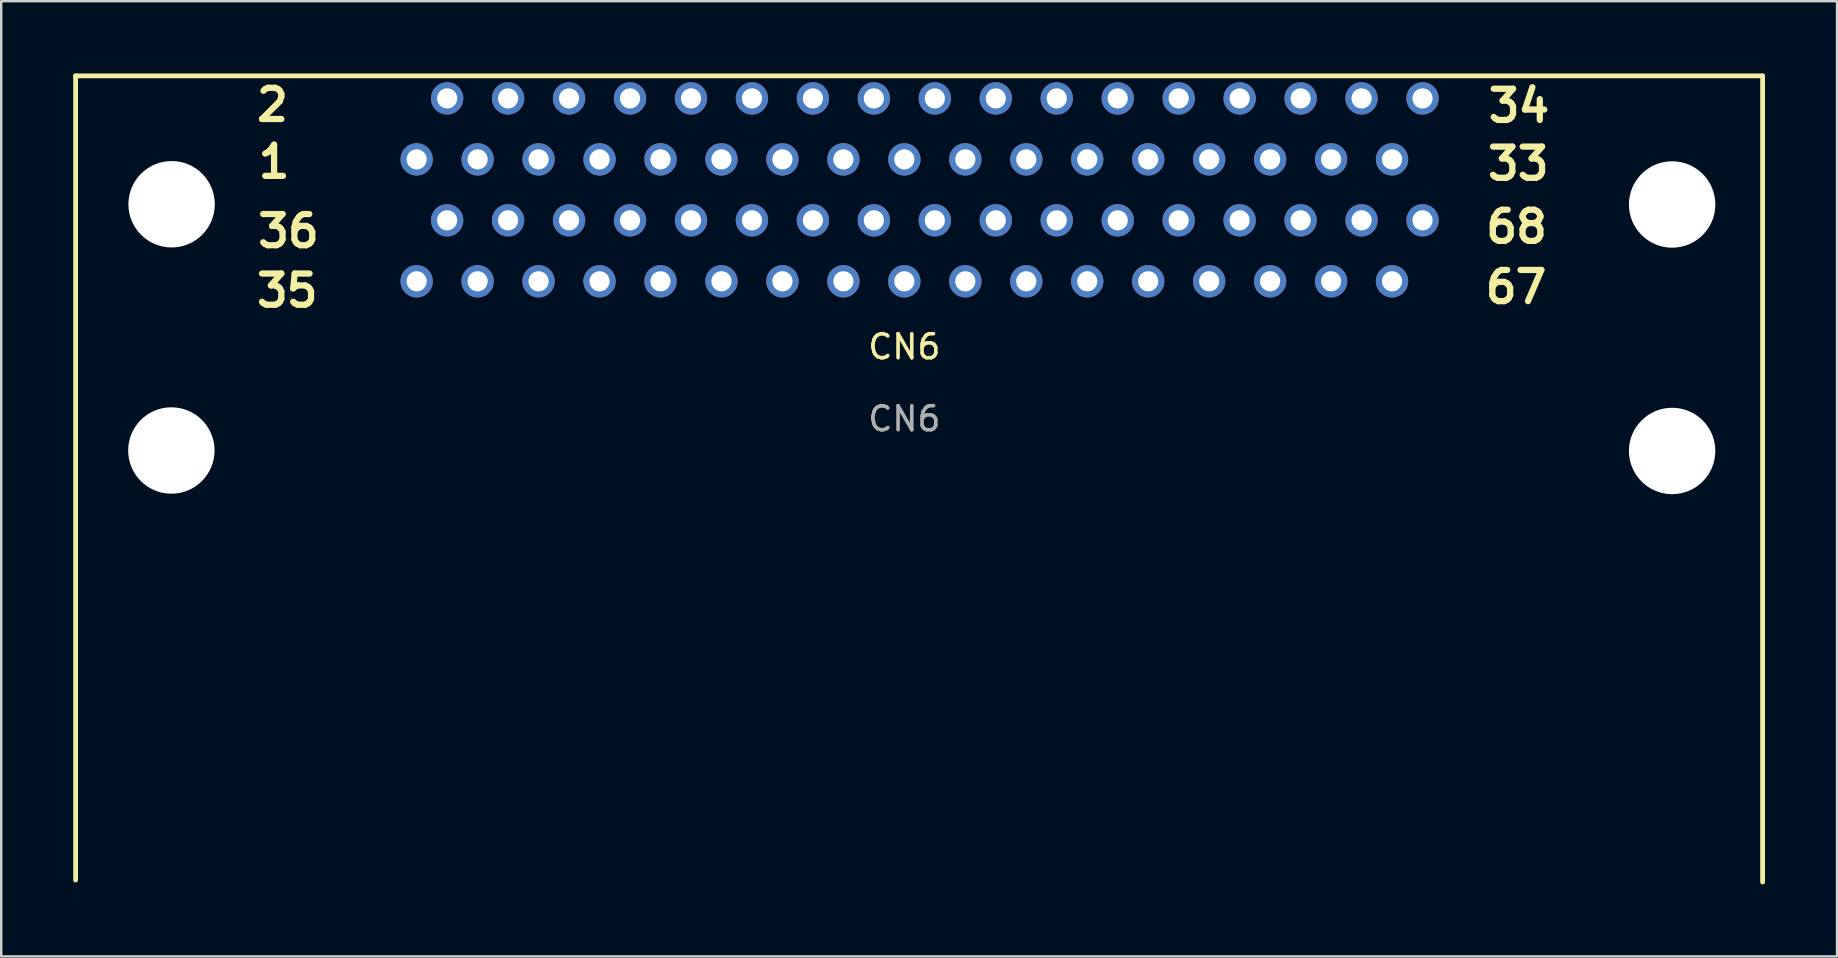
<source format=kicad_pcb>
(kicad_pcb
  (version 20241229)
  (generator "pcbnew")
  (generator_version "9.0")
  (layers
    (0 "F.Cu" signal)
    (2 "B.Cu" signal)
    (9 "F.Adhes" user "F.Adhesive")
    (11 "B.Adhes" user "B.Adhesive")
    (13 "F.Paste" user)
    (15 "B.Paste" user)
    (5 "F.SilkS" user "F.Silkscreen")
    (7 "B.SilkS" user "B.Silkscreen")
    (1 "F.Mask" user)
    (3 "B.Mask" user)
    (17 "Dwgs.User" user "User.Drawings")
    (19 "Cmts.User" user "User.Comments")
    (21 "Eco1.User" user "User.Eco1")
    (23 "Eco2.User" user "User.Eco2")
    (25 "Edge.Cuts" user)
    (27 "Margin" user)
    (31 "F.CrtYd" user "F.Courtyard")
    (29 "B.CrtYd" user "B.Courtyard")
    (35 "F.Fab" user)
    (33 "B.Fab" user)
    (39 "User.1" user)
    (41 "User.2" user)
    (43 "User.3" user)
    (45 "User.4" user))
  (footprint "CN6"
    (layer "F.Cu")
    (at 34.63 11.9)
    (property "Reference" "CN6" (at 0 -0.5 0) (unlocked yes) (layer "F.SilkS") (effects (font (size 1 1) (thickness 0.15))))
    (attr through_hole)
    (fp_line (start -34.53 -11.79) (end 35.76 -11.79) (stroke (width 0.2) (type solid)) (layer "F.SilkS"))
    (fp_line (start -34.53 21.72) (end -34.53 -11.79) (stroke (width 0.2) (type solid)) (layer "F.SilkS"))
    (fp_line (start 35.76 -11.79) (end 35.76 21.8) (stroke (width 0.2) (type solid)) (layer "F.SilkS"))
    (fp_text user "36" (at -27.07 -4.56 0) (unlocked yes) (layer "F.SilkS") (effects (font (size 1.3 1.3) (thickness 0.26) (bold yes)) (justify left bottom)))
    (fp_text user "34" (at 24.2 -9.78 0) (unlocked yes) (layer "F.SilkS") (effects (font (size 1.3 1.3) (thickness 0.26) (bold yes)) (justify left bottom)))
    (fp_text user "67" (at 24.08 -2.23 0) (unlocked yes) (layer "F.SilkS") (effects (font (size 1.3 1.3) (thickness 0.26) (bold yes)) (justify left bottom)))
    (fp_text user "1" (at -27.05 -7.45 0) (unlocked yes) (layer "F.SilkS") (effects (font (size 1.3 1.3) (thickness 0.26) (bold yes)) (justify left bottom)))
    (fp_text user "33" (at 24.17 -7.37 0) (unlocked yes) (layer "F.SilkS") (effects (font (size 1.3 1.3) (thickness 0.26) (bold yes)) (justify left bottom)))
    (fp_text user "2" (at -27.12 -9.82 0) (unlocked yes) (layer "F.SilkS") (effects (font (size 1.3 1.3) (thickness 0.26) (bold yes)) (justify left bottom)))
    (fp_text user "35" (at -27.12 -2.08 0) (unlocked yes) (layer "F.SilkS") (effects (font (size 1.3 1.3) (thickness 0.26) (bold yes)) (justify left bottom)))
    (fp_text user "68" (at 24.1 -4.74 0) (unlocked yes) (layer "F.SilkS") (effects (font (size 1.3 1.3) (thickness 0.26) (bold yes)) (justify left bottom)))
    (fp_text user "${REFERENCE}" (at 0 2.5 0) (unlocked yes) (layer "F.Fab") (effects (font (size 1 1) (thickness 0.15))))
    (pad "" np_thru_hole circle (at -30.54 3.82) (size 3.6 3.6) (drill 3.6) (layers "*.Cu" "*.Mask"))
    (pad "" np_thru_hole circle (at -30.53 -6.44) (size 3.6 3.6) (drill 3.6) (layers "*.Cu" "*.Mask"))
    (pad "" np_thru_hole circle (at 31.99 -6.43) (size 3.6 3.6) (drill 3.6) (layers "*.Cu" "*.Mask"))
    (pad "" np_thru_hole circle (at 31.99 3.84) (size 3.6 3.6) (drill 3.6) (layers "*.Cu" "*.Mask"))
    (pad "1" thru_hole circle (at -20.32 -8.31) (size 1.348 1.348) (drill 0.84) (layers "*.Cu" "*.Mask"))
    (pad "2" thru_hole circle (at -19.05 -10.85) (size 1.348 1.348) (drill 0.84) (layers "*.Cu" "*.Mask"))
    (pad "3" thru_hole circle (at -17.78 -8.31) (size 1.348 1.348) (drill 0.84) (layers "*.Cu" "*.Mask"))
    (pad "4" thru_hole circle (at -16.51 -10.85) (size 1.348 1.348) (drill 0.84) (layers "*.Cu" "*.Mask"))
    (pad "5" thru_hole circle (at -15.24 -8.31) (size 1.348 1.348) (drill 0.84) (layers "*.Cu" "*.Mask"))
    (pad "6" thru_hole circle (at -13.97 -10.85) (size 1.348 1.348) (drill 0.84) (layers "*.Cu" "*.Mask"))
    (pad "7" thru_hole circle (at -12.7 -8.31) (size 1.348 1.348) (drill 0.84) (layers "*.Cu" "*.Mask"))
    (pad "8" thru_hole circle (at -11.43 -10.85) (size 1.348 1.348) (drill 0.84) (layers "*.Cu" "*.Mask"))
    (pad "9" thru_hole circle (at -10.16 -8.31) (size 1.348 1.348) (drill 0.84) (layers "*.Cu" "*.Mask"))
    (pad "10" thru_hole circle (at -8.89 -10.85) (size 1.348 1.348) (drill 0.84) (layers "*.Cu" "*.Mask"))
    (pad "11" thru_hole circle (at -7.62 -8.31) (size 1.348 1.348) (drill 0.84) (layers "*.Cu" "*.Mask"))
    (pad "12" thru_hole circle (at -6.35 -10.85) (size 1.348 1.348) (drill 0.84) (layers "*.Cu" "*.Mask"))
    (pad "13" thru_hole circle (at -5.08 -8.31) (size 1.348 1.348) (drill 0.84) (layers "*.Cu" "*.Mask"))
    (pad "14" thru_hole circle (at -3.81 -10.85) (size 1.348 1.348) (drill 0.84) (layers "*.Cu" "*.Mask"))
    (pad "15" thru_hole circle (at -2.54 -8.31) (size 1.348 1.348) (drill 0.84) (layers "*.Cu" "*.Mask"))
    (pad "16" thru_hole circle (at -1.27 -10.85) (size 1.348 1.348) (drill 0.84) (layers "*.Cu" "*.Mask"))
    (pad "17" thru_hole circle (at 0 -8.31) (size 1.348 1.348) (drill 0.84) (layers "*.Cu" "*.Mask"))
    (pad "18" thru_hole circle (at 1.27 -10.85) (size 1.348 1.348) (drill 0.84) (layers "*.Cu" "*.Mask"))
    (pad "19" thru_hole circle (at 2.54 -8.31) (size 1.348 1.348) (drill 0.84) (layers "*.Cu" "*.Mask"))
    (pad "20" thru_hole circle (at 3.81 -10.85) (size 1.348 1.348) (drill 0.84) (layers "*.Cu" "*.Mask"))
    (pad "21" thru_hole circle (at 5.08 -8.31) (size 1.348 1.348) (drill 0.84) (layers "*.Cu" "*.Mask"))
    (pad "22" thru_hole circle (at 6.35 -10.85) (size 1.348 1.348) (drill 0.84) (layers "*.Cu" "*.Mask"))
    (pad "23" thru_hole circle (at 7.62 -8.31) (size 1.348 1.348) (drill 0.84) (layers "*.Cu" "*.Mask"))
    (pad "24" thru_hole circle (at 8.89 -10.85) (size 1.348 1.348) (drill 0.84) (layers "*.Cu" "*.Mask"))
    (pad "25" thru_hole circle (at 10.16 -8.31) (size 1.348 1.348) (drill 0.84) (layers "*.Cu" "*.Mask"))
    (pad "26" thru_hole circle (at 11.43 -10.85) (size 1.348 1.348) (drill 0.84) (layers "*.Cu" "*.Mask"))
    (pad "27" thru_hole circle (at 12.7 -8.31) (size 1.348 1.348) (drill 0.84) (layers "*.Cu" "*.Mask"))
    (pad "28" thru_hole circle (at 13.97 -10.85) (size 1.348 1.348) (drill 0.84) (layers "*.Cu" "*.Mask"))
    (pad "29" thru_hole circle (at 15.24 -8.31) (size 1.348 1.348) (drill 0.84) (layers "*.Cu" "*.Mask"))
    (pad "30" thru_hole circle (at 16.51 -10.85) (size 1.348 1.348) (drill 0.84) (layers "*.Cu" "*.Mask"))
    (pad "31" thru_hole circle (at 17.78 -8.31) (size 1.348 1.348) (drill 0.84) (layers "*.Cu" "*.Mask"))
    (pad "32" thru_hole circle (at 19.05 -10.85) (size 1.348 1.348) (drill 0.84) (layers "*.Cu" "*.Mask"))
    (pad "33" thru_hole circle (at 20.32 -8.31) (size 1.348 1.348) (drill 0.84) (layers "*.Cu" "*.Mask"))
    (pad "34" thru_hole circle (at 21.59 -10.85) (size 1.348 1.348) (drill 0.84) (layers "*.Cu" "*.Mask"))
    (pad "35" thru_hole circle (at -20.32 -3.23) (size 1.348 1.348) (drill 0.84) (layers "*.Cu" "*.Mask"))
    (pad "36" thru_hole circle (at -19.05 -5.77) (size 1.348 1.348) (drill 0.84) (layers "*.Cu" "*.Mask"))
    (pad "37" thru_hole circle (at -17.78 -3.23) (size 1.348 1.348) (drill 0.84) (layers "*.Cu" "*.Mask"))
    (pad "38" thru_hole circle (at -16.51 -5.77) (size 1.348 1.348) (drill 0.84) (layers "*.Cu" "*.Mask"))
    (pad "39" thru_hole circle (at -15.24 -3.23) (size 1.348 1.348) (drill 0.84) (layers "*.Cu" "*.Mask"))
    (pad "40" thru_hole circle (at -13.97 -5.77) (size 1.348 1.348) (drill 0.84) (layers "*.Cu" "*.Mask"))
    (pad "41" thru_hole circle (at -12.7 -3.23) (size 1.348 1.348) (drill 0.84) (layers "*.Cu" "*.Mask"))
    (pad "42" thru_hole circle (at -11.43 -5.77) (size 1.348 1.348) (drill 0.84) (layers "*.Cu" "*.Mask"))
    (pad "43" thru_hole circle (at -10.16 -3.23) (size 1.348 1.348) (drill 0.84) (layers "*.Cu" "*.Mask"))
    (pad "44" thru_hole circle (at -8.89 -5.77) (size 1.348 1.348) (drill 0.84) (layers "*.Cu" "*.Mask"))
    (pad "45" thru_hole circle (at -7.62 -3.23) (size 1.348 1.348) (drill 0.84) (layers "*.Cu" "*.Mask"))
    (pad "46" thru_hole circle (at -6.35 -5.77) (size 1.348 1.348) (drill 0.84) (layers "*.Cu" "*.Mask"))
    (pad "47" thru_hole circle (at -5.08 -3.23) (size 1.348 1.348) (drill 0.84) (layers "*.Cu" "*.Mask"))
    (pad "48" thru_hole circle (at -3.81 -5.77) (size 1.348 1.348) (drill 0.84) (layers "*.Cu" "*.Mask"))
    (pad "49" thru_hole circle (at -2.54 -3.23) (size 1.348 1.348) (drill 0.84) (layers "*.Cu" "*.Mask"))
    (pad "50" thru_hole circle (at -1.27 -5.77) (size 1.348 1.348) (drill 0.84) (layers "*.Cu" "*.Mask"))
    (pad "51" thru_hole circle (at 0 -3.23) (size 1.348 1.348) (drill 0.84) (layers "*.Cu" "*.Mask"))
    (pad "52" thru_hole circle (at 1.27 -5.77) (size 1.348 1.348) (drill 0.84) (layers "*.Cu" "*.Mask"))
    (pad "53" thru_hole circle (at 2.54 -3.23) (size 1.348 1.348) (drill 0.84) (layers "*.Cu" "*.Mask"))
    (pad "54" thru_hole circle (at 3.81 -5.77) (size 1.348 1.348) (drill 0.84) (layers "*.Cu" "*.Mask"))
    (pad "55" thru_hole circle (at 5.08 -3.23) (size 1.348 1.348) (drill 0.84) (layers "*.Cu" "*.Mask"))
    (pad "56" thru_hole circle (at 6.35 -5.77) (size 1.348 1.348) (drill 0.84) (layers "*.Cu" "*.Mask"))
    (pad "57" thru_hole circle (at 7.62 -3.23) (size 1.348 1.348) (drill 0.84) (layers "*.Cu" "*.Mask"))
    (pad "58" thru_hole circle (at 8.89 -5.77) (size 1.348 1.348) (drill 0.84) (layers "*.Cu" "*.Mask"))
    (pad "59" thru_hole circle (at 10.16 -3.23) (size 1.348 1.348) (drill 0.84) (layers "*.Cu" "*.Mask"))
    (pad "60" thru_hole circle (at 11.43 -5.77) (size 1.348 1.348) (drill 0.84) (layers "*.Cu" "*.Mask"))
    (pad "61" thru_hole circle (at 12.7 -3.23) (size 1.348 1.348) (drill 0.84) (layers "*.Cu" "*.Mask"))
    (pad "62" thru_hole circle (at 13.97 -5.77) (size 1.348 1.348) (drill 0.84) (layers "*.Cu" "*.Mask"))
    (pad "63" thru_hole circle (at 15.24 -3.23) (size 1.348 1.348) (drill 0.84) (layers "*.Cu" "*.Mask"))
    (pad "64" thru_hole circle (at 16.51 -5.77) (size 1.348 1.348) (drill 0.84) (layers "*.Cu" "*.Mask"))
    (pad "65" thru_hole circle (at 17.78 -3.23) (size 1.348 1.348) (drill 0.84) (layers "*.Cu" "*.Mask"))
    (pad "66" thru_hole circle (at 19.05 -5.77) (size 1.348 1.348) (drill 0.84) (layers "*.Cu" "*.Mask"))
    (pad "67" thru_hole circle (at 20.32 -3.23) (size 1.348 1.348) (drill 0.84) (layers "*.Cu" "*.Mask"))
    (pad "68" thru_hole circle (at 21.59 -5.77) (size 1.348 1.348) (drill 0.84) (layers "*.Cu" "*.Mask")))
  (gr_rect
    (start -3 -3)
    (end 73.49 36.8)
    (stroke (width 0.1) (type default))
    (fill no)
    (layer "Edge.Cuts")))
</source>
